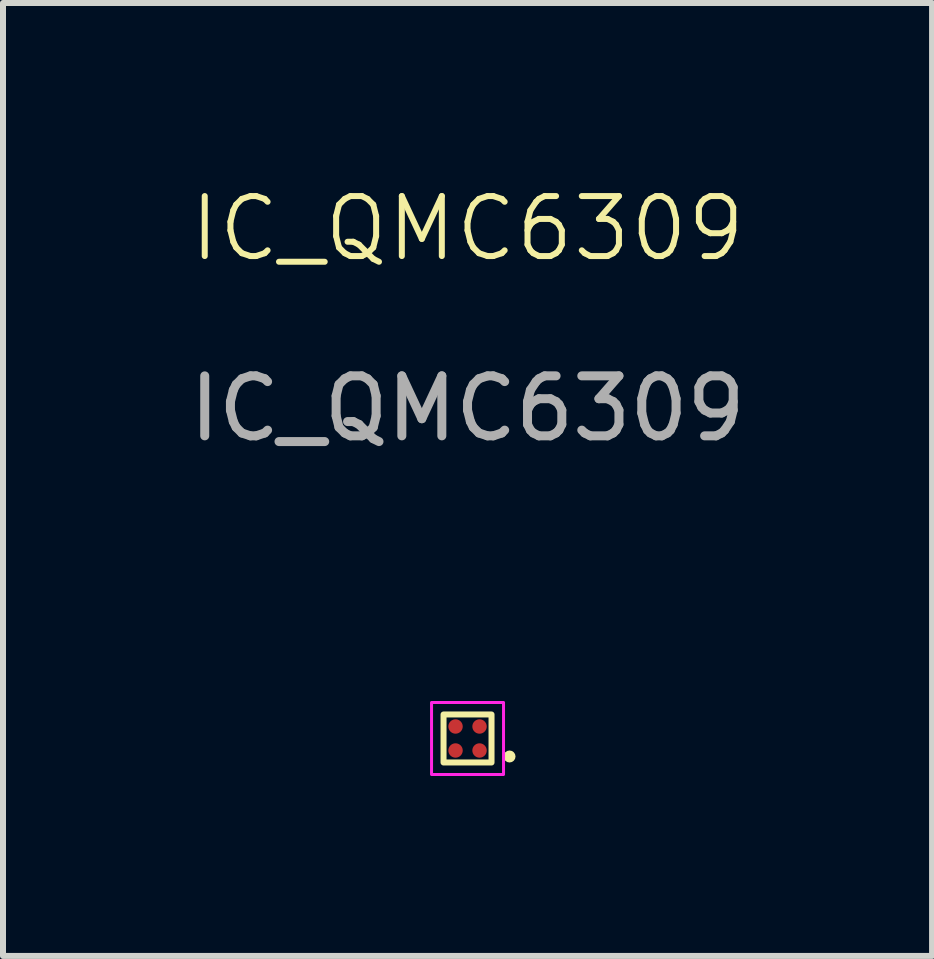
<source format=kicad_pcb>
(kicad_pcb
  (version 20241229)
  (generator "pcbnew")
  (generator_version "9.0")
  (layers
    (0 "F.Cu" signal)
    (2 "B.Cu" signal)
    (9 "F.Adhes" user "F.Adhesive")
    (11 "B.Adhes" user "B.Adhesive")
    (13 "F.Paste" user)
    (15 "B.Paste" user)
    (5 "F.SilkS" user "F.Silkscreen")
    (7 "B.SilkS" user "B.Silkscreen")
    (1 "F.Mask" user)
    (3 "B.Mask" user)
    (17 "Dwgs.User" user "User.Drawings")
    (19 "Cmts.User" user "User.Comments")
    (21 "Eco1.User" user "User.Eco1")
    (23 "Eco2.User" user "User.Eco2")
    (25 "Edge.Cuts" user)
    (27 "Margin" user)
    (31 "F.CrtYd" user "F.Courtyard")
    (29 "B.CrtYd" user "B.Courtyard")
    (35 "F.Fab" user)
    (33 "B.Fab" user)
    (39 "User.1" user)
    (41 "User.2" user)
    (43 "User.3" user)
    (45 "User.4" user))
  (footprint "IC_QMC6309"
    (layer "F.Cu")
    (at 4.744 9.261)
    (property "Reference" "IC_QMC6309" (at 0 -8.5 0) (unlocked yes) (layer "F.SilkS") (effects (font (size 1 1) (thickness 0.1))))
    (attr smd)
    (fp_rect (start -0.4 -0.4) (end 0.4 0.4) (stroke (width 0.1) (type solid)) (fill no) (layer "F.SilkS"))
    (fp_circle (center 0.7 0.3) (end 0.75 0.3) (stroke (width 0.1) (type solid)) (fill no) (layer "F.SilkS"))
    (fp_rect (start -0.6 -0.6) (end 0.6 0.6) (stroke (width 0.05) (type default)) (fill no) (layer "F.CrtYd"))
    (fp_text user "${REFERENCE}" (at 0 -5.5 0) (unlocked yes) (layer "F.Fab") (effects (font (size 1 1) (thickness 0.15))))
    (pad "A1" smd circle (at 0.2 0.2) (size 0.24 0.24) (layers "F.Cu" "F.Mask" "F.Paste"))
    (pad "A2" smd circle (at -0.2 0.2) (size 0.24 0.24) (layers "F.Cu" "F.Mask" "F.Paste"))
    (pad "B1" smd circle (at 0.2 -0.2) (size 0.24 0.24) (layers "F.Cu" "F.Mask" "F.Paste"))
    (pad "B2" smd circle (at -0.2 -0.2) (size 0.24 0.24) (layers "F.Cu" "F.Mask" "F.Paste")))
  (gr_rect
    (start -3 -3)
    (end 12.488 12.886)
    (stroke (width 0.1) (type default))
    (fill no)
    (layer "Edge.Cuts")))
</source>
